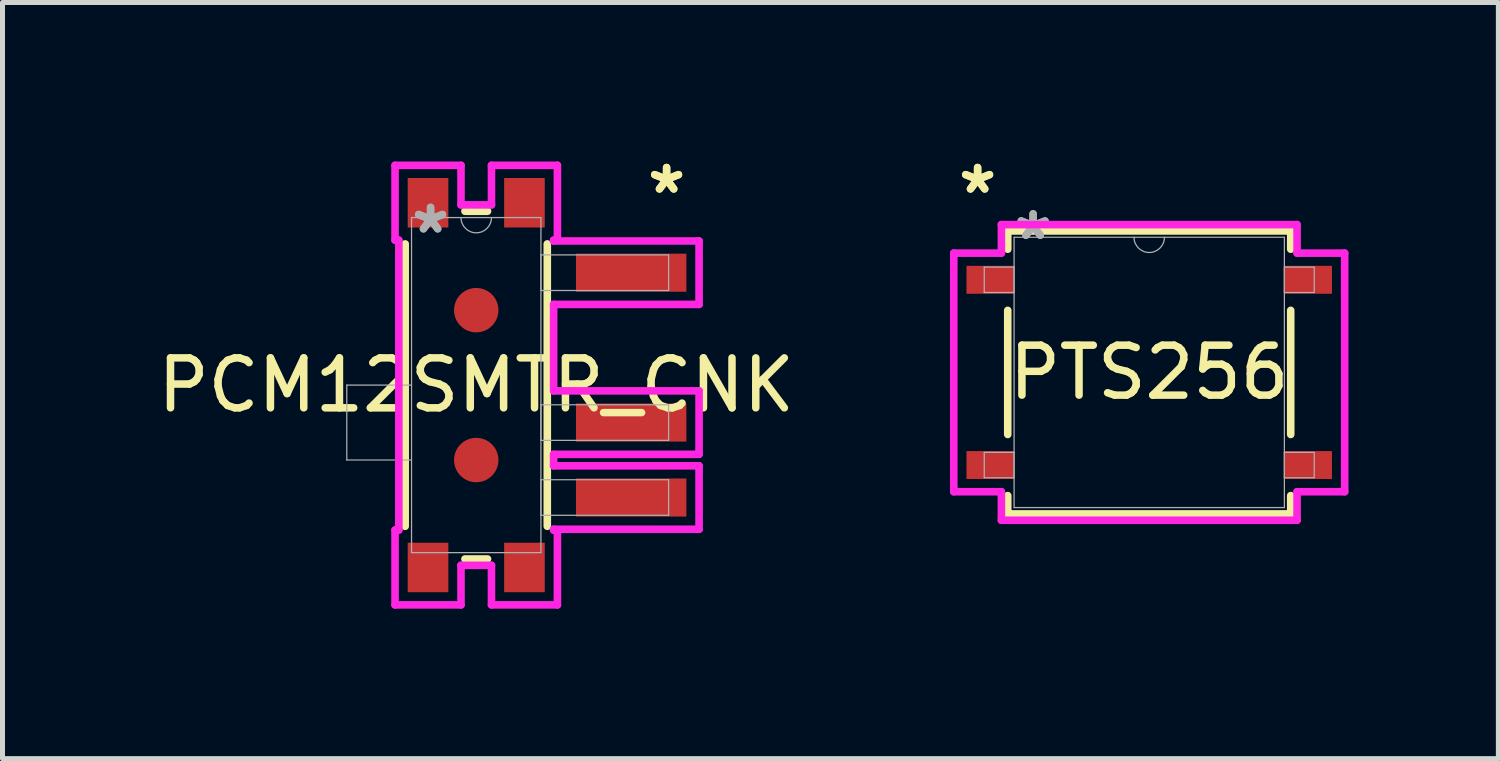
<source format=kicad_pcb>
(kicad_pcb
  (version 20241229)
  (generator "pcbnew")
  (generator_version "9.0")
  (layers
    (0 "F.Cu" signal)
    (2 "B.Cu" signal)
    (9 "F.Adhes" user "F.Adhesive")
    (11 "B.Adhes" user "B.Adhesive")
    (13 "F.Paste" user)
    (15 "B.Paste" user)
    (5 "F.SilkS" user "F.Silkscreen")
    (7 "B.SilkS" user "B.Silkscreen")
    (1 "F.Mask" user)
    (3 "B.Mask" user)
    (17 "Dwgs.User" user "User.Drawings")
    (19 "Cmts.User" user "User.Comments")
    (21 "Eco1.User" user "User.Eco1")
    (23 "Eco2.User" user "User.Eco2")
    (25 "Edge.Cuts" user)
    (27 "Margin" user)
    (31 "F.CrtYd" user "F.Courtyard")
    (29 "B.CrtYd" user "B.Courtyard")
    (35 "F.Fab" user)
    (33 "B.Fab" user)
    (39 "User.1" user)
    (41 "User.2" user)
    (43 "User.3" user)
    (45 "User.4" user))
  (footprint "PTS256"
    (layer "F.Cu")
    (at 19.952 4.404)
    (property "Reference" "PTS256" (at 0 0 0) (unlocked yes) (layer "F.SilkS") (effects (font (size 1 1) (thickness 0.15))))
    (attr smd)
    (fp_line (start -2.832 -2.832) (end -2.832 -2.466) (stroke (width 0.152) (type solid)) (layer "F.SilkS"))
    (fp_line (start -2.832 -1.242) (end -2.832 1.242) (stroke (width 0.152) (type solid)) (layer "F.SilkS"))
    (fp_line (start -2.832 2.466) (end -2.832 2.832) (stroke (width 0.152) (type solid)) (layer "F.SilkS"))
    (fp_line (start -2.832 2.832) (end 2.832 2.832) (stroke (width 0.152) (type solid)) (layer "F.SilkS"))
    (fp_line (start 2.832 -2.832) (end -2.832 -2.832) (stroke (width 0.152) (type solid)) (layer "F.SilkS"))
    (fp_line (start 2.832 -2.466) (end 2.832 -2.832) (stroke (width 0.152) (type solid)) (layer "F.SilkS"))
    (fp_line (start 2.832 1.242) (end 2.832 -1.242) (stroke (width 0.152) (type solid)) (layer "F.SilkS"))
    (fp_line (start 2.832 2.832) (end 2.832 2.466) (stroke (width 0.152) (type solid)) (layer "F.SilkS"))
    (fp_line (start -3.912 -2.388) (end -2.959 -2.388) (stroke (width 0.152) (type solid)) (layer "F.CrtYd"))
    (fp_line (start -3.912 2.388) (end -3.912 -2.388) (stroke (width 0.152) (type solid)) (layer "F.CrtYd"))
    (fp_line (start -3.912 2.388) (end -2.959 2.388) (stroke (width 0.152) (type solid)) (layer "F.CrtYd"))
    (fp_line (start -2.959 -2.959) (end 2.959 -2.959) (stroke (width 0.152) (type solid)) (layer "F.CrtYd"))
    (fp_line (start -2.959 -2.388) (end -2.959 -2.959) (stroke (width 0.152) (type solid)) (layer "F.CrtYd"))
    (fp_line (start -2.959 2.959) (end -2.959 2.388) (stroke (width 0.152) (type solid)) (layer "F.CrtYd"))
    (fp_line (start 2.959 -2.959) (end 2.959 -2.388) (stroke (width 0.152) (type solid)) (layer "F.CrtYd"))
    (fp_line (start 2.959 2.388) (end 2.959 2.959) (stroke (width 0.152) (type solid)) (layer "F.CrtYd"))
    (fp_line (start 2.959 2.959) (end -2.959 2.959) (stroke (width 0.152) (type solid)) (layer "F.CrtYd"))
    (fp_line (start 3.912 -2.388) (end 2.959 -2.388) (stroke (width 0.152) (type solid)) (layer "F.CrtYd"))
    (fp_line (start 3.912 -2.388) (end 3.912 2.388) (stroke (width 0.152) (type solid)) (layer "F.CrtYd"))
    (fp_line (start 3.912 2.388) (end 2.959 2.388) (stroke (width 0.152) (type solid)) (layer "F.CrtYd"))
    (fp_line (start -3.302 -2.108) (end -3.302 -1.6) (stroke (width 0.025) (type solid)) (layer "F.Fab"))
    (fp_line (start -3.302 -1.6) (end -2.705 -1.6) (stroke (width 0.025) (type solid)) (layer "F.Fab"))
    (fp_line (start -3.302 1.6) (end -3.302 2.108) (stroke (width 0.025) (type solid)) (layer "F.Fab"))
    (fp_line (start -3.302 2.108) (end -2.705 2.108) (stroke (width 0.025) (type solid)) (layer "F.Fab"))
    (fp_line (start -2.705 -2.705) (end -2.705 2.705) (stroke (width 0.025) (type solid)) (layer "F.Fab"))
    (fp_line (start -2.705 -2.108) (end -3.302 -2.108) (stroke (width 0.025) (type solid)) (layer "F.Fab"))
    (fp_line (start -2.705 -1.6) (end -2.705 -2.108) (stroke (width 0.025) (type solid)) (layer "F.Fab"))
    (fp_line (start -2.705 1.6) (end -3.302 1.6) (stroke (width 0.025) (type solid)) (layer "F.Fab"))
    (fp_line (start -2.705 2.108) (end -2.705 1.6) (stroke (width 0.025) (type solid)) (layer "F.Fab"))
    (fp_line (start -2.705 2.705) (end 2.705 2.705) (stroke (width 0.025) (type solid)) (layer "F.Fab"))
    (fp_line (start 2.705 -2.705) (end -2.705 -2.705) (stroke (width 0.025) (type solid)) (layer "F.Fab"))
    (fp_line (start 2.705 -2.108) (end 2.705 -1.6) (stroke (width 0.025) (type solid)) (layer "F.Fab"))
    (fp_line (start 2.705 -1.6) (end 3.302 -1.6) (stroke (width 0.025) (type solid)) (layer "F.Fab"))
    (fp_line (start 2.705 1.6) (end 2.705 2.108) (stroke (width 0.025) (type solid)) (layer "F.Fab"))
    (fp_line (start 2.705 2.108) (end 3.302 2.108) (stroke (width 0.025) (type solid)) (layer "F.Fab"))
    (fp_line (start 2.705 2.705) (end 2.705 -2.705) (stroke (width 0.025) (type solid)) (layer "F.Fab"))
    (fp_line (start 3.302 -2.108) (end 2.705 -2.108) (stroke (width 0.025) (type solid)) (layer "F.Fab"))
    (fp_line (start 3.302 -1.6) (end 3.302 -2.108) (stroke (width 0.025) (type solid)) (layer "F.Fab"))
    (fp_line (start 3.302 1.6) (end 2.705 1.6) (stroke (width 0.025) (type solid)) (layer "F.Fab"))
    (fp_line (start 3.302 2.108) (end 3.302 1.6) (stroke (width 0.025) (type solid)) (layer "F.Fab"))
    (fp_arc (start 0.3048 -2.7051) (mid 0 -2.4003) (end -0.3048 -2.7051) (stroke (width 0.0254) (type solid)) (layer "F.Fab"))
    (fp_text user "*" (at -3.435 -3.556 0) (unlocked yes) (layer "F.SilkS") (effects (font (size 1 1) (thickness 0.15))))
    (fp_text user "*" (at -3.435 -3.556 0) (layer "F.SilkS") (effects (font (size 1 1) (thickness 0.15))))
    (fp_text user "*" (at -2.324 -2.629 0) (layer "F.Fab") (effects (font (size 1 1) (thickness 0.15))))
    (fp_text user "*" (at -2.324 -2.629 0) (unlocked yes) (layer "F.Fab") (effects (font (size 1 1) (thickness 0.15))))
    (pad "1" smd rect (at -3.181 -1.854) (size 0.953 0.559) (layers "F.Cu" "F.Mask" "F.Paste"))
    (pad "2" smd rect (at 3.181 -1.854) (size 0.953 0.559) (layers "F.Cu" "F.Mask" "F.Paste"))
    (pad "3" smd rect (at -3.181 1.854) (size 0.953 0.559) (layers "F.Cu" "F.Mask" "F.Paste"))
    (pad "4" smd rect (at 3.181 1.854) (size 0.953 0.559) (layers "F.Cu" "F.Mask" "F.Paste")))
  (footprint "PCM12SMTR_CNK"
    (layer "F.Cu")
    (at 6.482 4.658)
    (property "Reference" "PCM12SMTR_CNK" (at 0 0 0) (unlocked yes) (layer "F.SilkS") (effects (font (size 1 1) (thickness 0.15))))
    (attr smd)
    (fp_line (start -1.422 2.826) (end -1.422 -2.826) (stroke (width 0.152) (type solid)) (layer "F.SilkS"))
    (fp_line (start -0.226 -3.48) (end 0.226 -3.48) (stroke (width 0.152) (type solid)) (layer "F.SilkS"))
    (fp_line (start 0.226 3.48) (end -0.226 3.48) (stroke (width 0.152) (type solid)) (layer "F.SilkS"))
    (fp_line (start 1.422 -2.826) (end 1.422 2.826) (stroke (width 0.152) (type solid)) (layer "F.SilkS"))
    (fp_line (start -1.625 -4.399) (end -1.625 -2.901) (stroke (width 0.152) (type solid)) (layer "F.CrtYd"))
    (fp_line (start -1.625 -2.901) (end -1.549 -2.901) (stroke (width 0.152) (type solid)) (layer "F.CrtYd"))
    (fp_line (start -1.625 2.901) (end -1.625 4.399) (stroke (width 0.152) (type solid)) (layer "F.CrtYd"))
    (fp_line (start -1.625 4.399) (end -0.305 4.399) (stroke (width 0.152) (type solid)) (layer "F.CrtYd"))
    (fp_line (start -1.549 -2.901) (end -1.549 2.901) (stroke (width 0.152) (type solid)) (layer "F.CrtYd"))
    (fp_line (start -1.549 2.901) (end -1.625 2.901) (stroke (width 0.152) (type solid)) (layer "F.CrtYd"))
    (fp_line (start -0.305 -4.399) (end -1.625 -4.399) (stroke (width 0.152) (type solid)) (layer "F.CrtYd"))
    (fp_line (start -0.305 -3.607) (end -0.305 -4.399) (stroke (width 0.152) (type solid)) (layer "F.CrtYd"))
    (fp_line (start -0.305 3.607) (end 0.305 3.607) (stroke (width 0.152) (type solid)) (layer "F.CrtYd"))
    (fp_line (start -0.305 4.399) (end -0.305 3.607) (stroke (width 0.152) (type solid)) (layer "F.CrtYd"))
    (fp_line (start 0.305 -4.399) (end 0.305 -3.607) (stroke (width 0.152) (type solid)) (layer "F.CrtYd"))
    (fp_line (start 0.305 -3.607) (end -0.305 -3.607) (stroke (width 0.152) (type solid)) (layer "F.CrtYd"))
    (fp_line (start 0.305 3.607) (end 0.305 4.399) (stroke (width 0.152) (type solid)) (layer "F.CrtYd"))
    (fp_line (start 0.305 4.399) (end 1.625 4.399) (stroke (width 0.152) (type solid)) (layer "F.CrtYd"))
    (fp_line (start 1.549 -2.901) (end 1.625 -2.901) (stroke (width 0.152) (type solid)) (layer "F.CrtYd"))
    (fp_line (start 1.549 -2.885) (end 1.549 -2.901) (stroke (width 0.152) (type solid)) (layer "F.CrtYd"))
    (fp_line (start 1.549 -1.615) (end 4.46 -1.615) (stroke (width 0.152) (type solid)) (layer "F.CrtYd"))
    (fp_line (start 1.549 0.115) (end 1.549 -1.615) (stroke (width 0.152) (type solid)) (layer "F.CrtYd"))
    (fp_line (start 1.549 1.385) (end 4.46 1.385) (stroke (width 0.152) (type solid)) (layer "F.CrtYd"))
    (fp_line (start 1.549 1.615) (end 1.549 1.385) (stroke (width 0.152) (type solid)) (layer "F.CrtYd"))
    (fp_line (start 1.549 2.885) (end 4.46 2.885) (stroke (width 0.152) (type solid)) (layer "F.CrtYd"))
    (fp_line (start 1.549 2.901) (end 1.549 2.885) (stroke (width 0.152) (type solid)) (layer "F.CrtYd"))
    (fp_line (start 1.625 -4.399) (end 0.305 -4.399) (stroke (width 0.152) (type solid)) (layer "F.CrtYd"))
    (fp_line (start 1.625 -2.901) (end 1.625 -4.399) (stroke (width 0.152) (type solid)) (layer "F.CrtYd"))
    (fp_line (start 1.625 2.901) (end 1.549 2.901) (stroke (width 0.152) (type solid)) (layer "F.CrtYd"))
    (fp_line (start 1.625 4.399) (end 1.625 2.901) (stroke (width 0.152) (type solid)) (layer "F.CrtYd"))
    (fp_line (start 4.46 -2.885) (end 1.549 -2.885) (stroke (width 0.152) (type solid)) (layer "F.CrtYd"))
    (fp_line (start 4.46 -1.615) (end 4.46 -2.885) (stroke (width 0.152) (type solid)) (layer "F.CrtYd"))
    (fp_line (start 4.46 0.115) (end 1.549 0.115) (stroke (width 0.152) (type solid)) (layer "F.CrtYd"))
    (fp_line (start 4.46 1.385) (end 4.46 0.115) (stroke (width 0.152) (type solid)) (layer "F.CrtYd"))
    (fp_line (start 4.46 1.615) (end 1.549 1.615) (stroke (width 0.152) (type solid)) (layer "F.CrtYd"))
    (fp_line (start 4.46 2.885) (end 4.46 1.615) (stroke (width 0.152) (type solid)) (layer "F.CrtYd"))
    (fp_line (start -2.591 1.499) (end -2.591 0) (stroke (width 0.025) (type solid)) (layer "F.Fab"))
    (fp_line (start -1.295 -3.353) (end -1.295 3.353) (stroke (width 0.025) (type solid)) (layer "F.Fab"))
    (fp_line (start -1.295 0) (end -2.591 0) (stroke (width 0.025) (type solid)) (layer "F.Fab"))
    (fp_line (start -1.295 1.499) (end -2.591 1.499) (stroke (width 0.025) (type solid)) (layer "F.Fab"))
    (fp_line (start -1.295 3.353) (end 1.295 3.353) (stroke (width 0.025) (type solid)) (layer "F.Fab"))
    (fp_line (start 1.295 -3.353) (end -1.295 -3.353) (stroke (width 0.025) (type solid)) (layer "F.Fab"))
    (fp_line (start 1.295 -2.606) (end 1.295 -1.894) (stroke (width 0.025) (type solid)) (layer "F.Fab"))
    (fp_line (start 1.295 -1.894) (end 3.85 -1.894) (stroke (width 0.025) (type solid)) (layer "F.Fab"))
    (fp_line (start 1.295 0.394) (end 1.295 1.106) (stroke (width 0.025) (type solid)) (layer "F.Fab"))
    (fp_line (start 1.295 1.106) (end 3.85 1.106) (stroke (width 0.025) (type solid)) (layer "F.Fab"))
    (fp_line (start 1.295 1.894) (end 1.295 2.606) (stroke (width 0.025) (type solid)) (layer "F.Fab"))
    (fp_line (start 1.295 2.606) (end 3.85 2.606) (stroke (width 0.025) (type solid)) (layer "F.Fab"))
    (fp_line (start 1.295 3.353) (end 1.295 -3.353) (stroke (width 0.025) (type solid)) (layer "F.Fab"))
    (fp_line (start 3.85 -2.606) (end 1.295 -2.606) (stroke (width 0.025) (type solid)) (layer "F.Fab"))
    (fp_line (start 3.85 -1.894) (end 3.85 -2.606) (stroke (width 0.025) (type solid)) (layer "F.Fab"))
    (fp_line (start 3.85 0.394) (end 1.295 0.394) (stroke (width 0.025) (type solid)) (layer "F.Fab"))
    (fp_line (start 3.85 1.106) (end 3.85 0.394) (stroke (width 0.025) (type solid)) (layer "F.Fab"))
    (fp_line (start 3.85 1.894) (end 1.295 1.894) (stroke (width 0.025) (type solid)) (layer "F.Fab"))
    (fp_line (start 3.85 2.606) (end 3.85 1.894) (stroke (width 0.025) (type solid)) (layer "F.Fab"))
    (fp_arc (start 0.3048 -3.3528) (mid 0 -3.048) (end -0.3048 -3.3528) (stroke (width 0.0254) (type solid)) (layer "F.Fab"))
    (fp_text user "*" (at 3.81 -3.81 0) (unlocked yes) (layer "F.SilkS") (effects (font (size 1 1) (thickness 0.15))))
    (fp_text user "*" (at 3.81 -3.81 0) (layer "F.SilkS") (effects (font (size 1 1) (thickness 0.15))))
    (fp_text user "*" (at -0.914 -3.012 0) (unlocked yes) (layer "F.Fab") (effects (font (size 1 1) (thickness 0.15))))
    (fp_text user "*" (at -0.914 -3.012 0) (layer "F.Fab") (effects (font (size 1 1) (thickness 0.15))))
    (pad "1" smd rect (at 3.101 -2.25) (size 2.21 0.762) (layers "F.Cu" "F.Mask" "F.Paste"))
    (pad "2" smd rect (at 3.101 0.75) (size 2.21 0.762) (layers "F.Cu" "F.Mask" "F.Paste"))
    (pad "3" smd rect (at 3.101 2.25) (size 2.21 0.762) (layers "F.Cu" "F.Mask" "F.Paste"))
    (pad "4" smd circle (at 0 -1.5) (size 0.889 0.889) (layers "F.Cu" "F.Mask" "F.Paste"))
    (pad "5" smd circle (at 0 1.5) (size 0.889 0.889) (layers "F.Cu" "F.Mask" "F.Paste"))
    (pad "6" smd rect (at -0.965 -3.65) (size 0.813 0.991) (layers "F.Cu" "F.Mask" "F.Paste"))
    (pad "7" smd rect (at 0.965 -3.65) (size 0.813 0.991) (layers "F.Cu" "F.Mask" "F.Paste"))
    (pad "8" smd rect (at -0.965 3.65) (size 0.813 0.991) (layers "F.Cu" "F.Mask" "F.Paste"))
    (pad "9" smd rect (at 0.965 3.65) (size 0.813 0.991) (layers "F.Cu" "F.Mask" "F.Paste")))
  (gr_rect
    (start -3 -3)
    (end 26.94 12.134)
    (stroke (width 0.1) (type default))
    (fill no)
    (layer "Edge.Cuts")))
</source>
